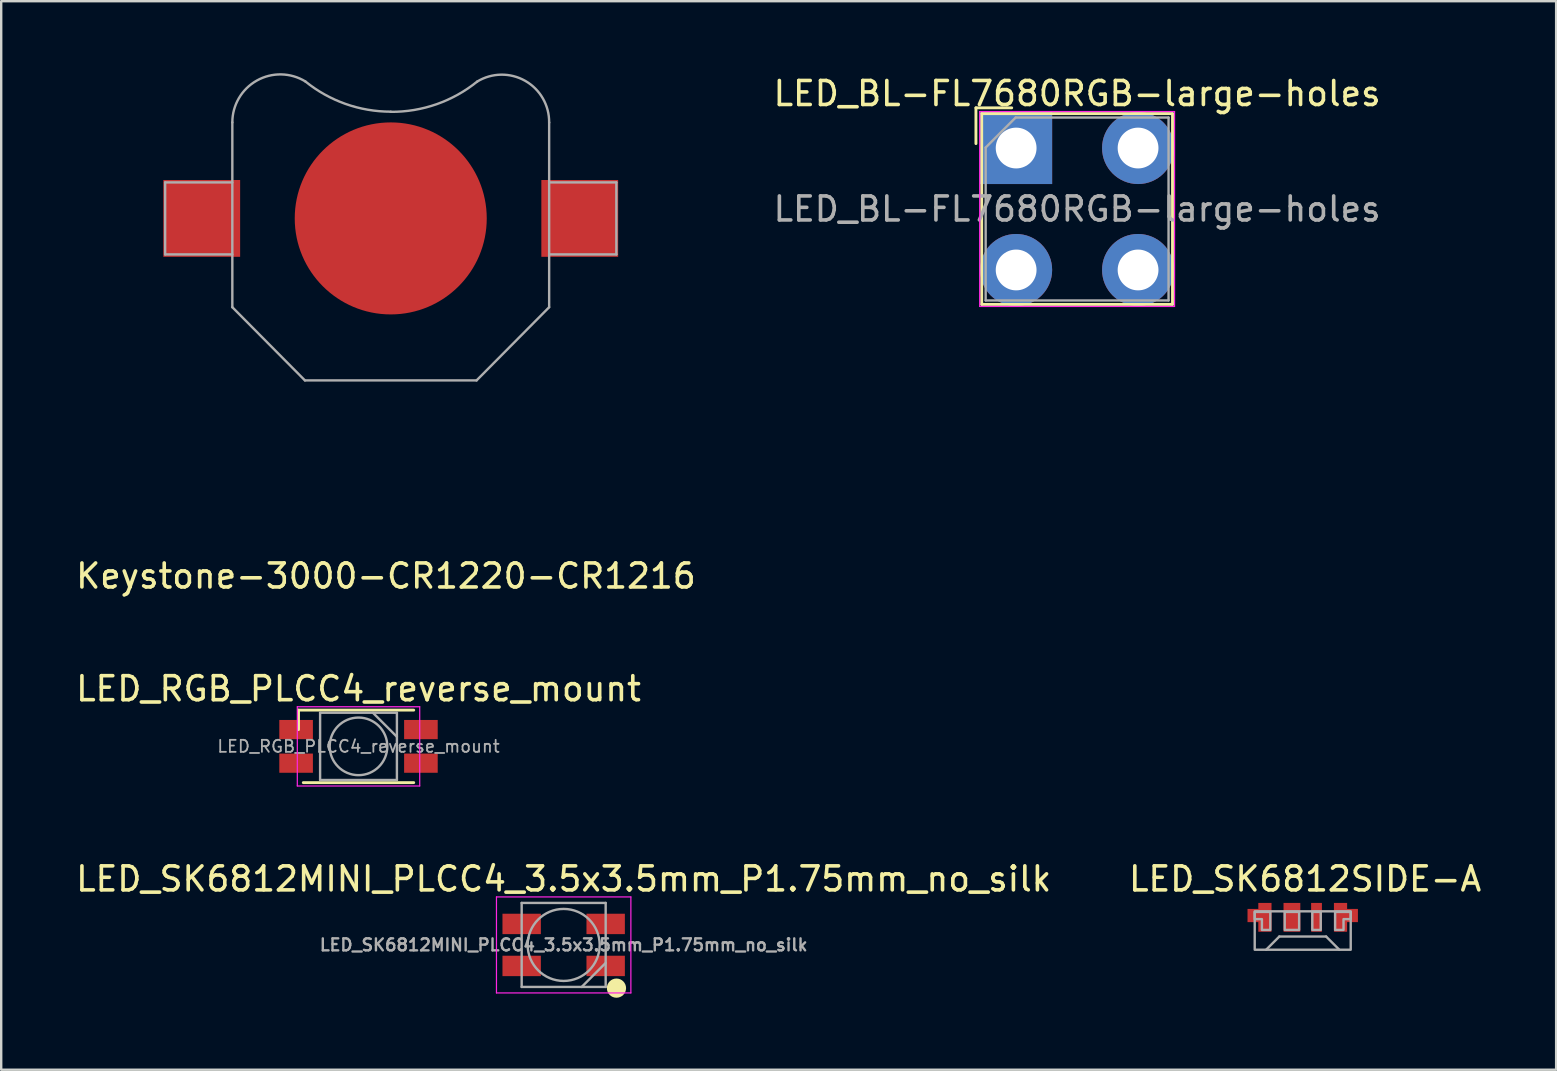
<source format=kicad_pcb>
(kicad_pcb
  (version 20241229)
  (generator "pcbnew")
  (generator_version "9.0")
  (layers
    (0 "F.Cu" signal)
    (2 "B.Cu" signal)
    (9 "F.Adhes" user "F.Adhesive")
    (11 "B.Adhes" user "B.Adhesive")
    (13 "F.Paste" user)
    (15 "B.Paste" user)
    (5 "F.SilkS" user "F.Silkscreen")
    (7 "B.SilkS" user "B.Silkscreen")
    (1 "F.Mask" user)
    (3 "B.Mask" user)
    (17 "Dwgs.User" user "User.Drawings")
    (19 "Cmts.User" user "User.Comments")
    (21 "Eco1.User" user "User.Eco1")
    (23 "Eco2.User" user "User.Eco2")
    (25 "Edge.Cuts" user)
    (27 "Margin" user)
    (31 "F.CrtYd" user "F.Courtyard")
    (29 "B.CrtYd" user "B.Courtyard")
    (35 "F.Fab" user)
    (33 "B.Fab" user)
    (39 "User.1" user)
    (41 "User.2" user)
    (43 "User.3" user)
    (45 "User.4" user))
  (footprint "Keystone-3000-CR1220-CR1216"
    (layer "F.Cu")
    (at 13.23 6.05)
    (property "Reference" "Keystone-3000-CR1220-CR1216" (at -0.2 14.9 0) (unlocked yes) (layer "F.SilkS") (effects (font (size 1 1) (thickness 0.15))))
    (fp_line (start -9.4 -1.5) (end -9.4 1.5) (stroke (width 0.1) (type solid)) (layer "F.Fab"))
    (fp_line (start -9.4 1.5) (end -6.6 1.5) (stroke (width 0.1) (type solid)) (layer "F.Fab"))
    (fp_line (start -6.6 -4) (end -6.6 3.7) (stroke (width 0.1) (type solid)) (layer "F.Fab"))
    (fp_line (start -6.6 -1.5) (end -9.4 -1.5) (stroke (width 0.1) (type solid)) (layer "F.Fab"))
    (fp_line (start -3.575 6.75) (end -6.6 3.7) (stroke (width 0.1) (type solid)) (layer "F.Fab"))
    (fp_line (start -3.575 6.75) (end 3.575 6.75) (stroke (width 0.1) (type solid)) (layer "F.Fab"))
    (fp_line (start 6.6 -4) (end 6.6 3.7) (stroke (width 0.1) (type solid)) (layer "F.Fab"))
    (fp_line (start 6.6 1.5) (end 9.4 1.5) (stroke (width 0.1) (type solid)) (layer "F.Fab"))
    (fp_line (start 6.6 3.7) (end 3.575 6.75) (stroke (width 0.1) (type solid)) (layer "F.Fab"))
    (fp_line (start 9.4 -1.5) (end 6.6 -1.5) (stroke (width 0.1) (type solid)) (layer "F.Fab"))
    (fp_line (start 9.4 1.5) (end 9.4 -1.5) (stroke (width 0.1) (type solid)) (layer "F.Fab"))
    (fp_arc (start -6.6 -4) (mid -5.578315 -5.744391) (end -3.5571 -5.706564) (stroke (width 0.1) (type solid)) (layer "F.Fab"))
    (fp_arc (start 0 -4.447103) (mid -1.886743 -4.771262) (end -3.5571 -5.706564) (stroke (width 0.1) (type solid)) (layer "F.Fab"))
    (fp_arc (start 3.6 -5.700004) (mid 5.603124 -5.731169) (end 6.6 -3.993436) (stroke (width 0.1) (type solid)) (layer "F.Fab"))
    (fp_arc (start 3.6 -5.7) (mid 1.90934 -4.757739) (end 0.000001 -4.440541) (stroke (width 0.1) (type solid)) (layer "F.Fab"))
    (pad "1" smd rect (at -7.875 0) (size 3.2 3.2) (layers "F.Cu" "F.Mask" "F.Paste"))
    (pad "1" smd rect (at 7.875 0) (size 3.2 3.2) (layers "F.Cu" "F.Mask" "F.Paste"))
    (pad "2" smd circle (at 0 0) (size 8 8) (layers "F.Cu" "F.Mask")))
  (footprint "LED_RGB_PLCC4_reverse_mount"
    (layer "F.Cu")
    (at 11.887 28.047)
    (property "Reference" "LED_RGB_PLCC4_reverse_mount" (at 0 -2.4 0) (layer "F.SilkS") (effects (font (size 1 1) (thickness 0.15))))
    (attr smd)
    (fp_line (start -2.5 -1.51) (end 2.3 -1.51) (stroke (width 0.12) (type solid)) (layer "F.SilkS"))
    (fp_line (start -2.5 -0.7) (end -2.5 -1.51) (stroke (width 0.12) (type solid)) (layer "F.SilkS"))
    (fp_line (start -2.3 1.51) (end 2.3 1.51) (stroke (width 0.12) (type solid)) (layer "F.SilkS"))
    (fp_line (start -2.55 -1.65) (end -2.55 1.65) (stroke (width 0.05) (type solid)) (layer "F.CrtYd"))
    (fp_line (start -2.55 1.65) (end 2.55 1.65) (stroke (width 0.05) (type solid)) (layer "F.CrtYd"))
    (fp_line (start 2.55 -1.65) (end -2.55 -1.65) (stroke (width 0.05) (type solid)) (layer "F.CrtYd"))
    (fp_line (start 2.55 1.65) (end 2.55 -1.65) (stroke (width 0.05) (type solid)) (layer "F.CrtYd"))
    (fp_line (start -1.6 -1.4) (end -1.6 1.4) (stroke (width 0.1) (type solid)) (layer "F.Fab"))
    (fp_line (start -1.6 1.4) (end 1.6 1.4) (stroke (width 0.1) (type solid)) (layer "F.Fab"))
    (fp_line (start 1.6 -1.4) (end -1.6 -1.4) (stroke (width 0.1) (type solid)) (layer "F.Fab"))
    (fp_line (start 1.6 -0.4) (end 0.6 -1.4) (stroke (width 0.1) (type solid)) (layer "F.Fab"))
    (fp_line (start 1.6 1.4) (end 1.6 -1.4) (stroke (width 0.1) (type solid)) (layer "F.Fab"))
    (fp_circle (center 0 0) (end 1.2 0) (stroke (width 0.1) (type solid)) (fill no) (layer "F.Fab"))
    (fp_text user "${REFERENCE}" (at 0 0 0) (layer "F.Fab") (effects (font (size 0.5 0.5) (thickness 0.075))))
    (pad "1" smd rect (at 2.6 -0.7) (size 1.4 0.8) (layers "F.Cu" "F.Mask" "F.Paste"))
    (pad "2" smd rect (at -2.6 -0.7) (size 1.4 0.8) (layers "F.Cu" "F.Mask" "F.Paste"))
    (pad "3" smd rect (at -2.6 0.7) (size 1.4 0.8) (layers "F.Cu" "F.Mask" "F.Paste"))
    (pad "4" smd rect (at 2.6 0.7) (size 1.4 0.8) (layers "F.Cu" "F.Mask" "F.Paste")))
  (footprint "LED_SK6812SIDE-A"
    (layer "F.Cu")
    (at 51.227 35.72)
    (property "Reference" "LED_SK6812SIDE-A" (at 0.1 -2.15 0) (unlocked yes) (layer "F.SilkS") (effects (font (size 1 1) (thickness 0.15))))
    (attr smd)
    (fp_line (start -1.525 0.8) (end -0.975 0.25) (stroke (width 0.1) (type solid)) (layer "F.Fab"))
    (fp_line (start 0.975 0.25) (end -0.975 0.25) (stroke (width 0.1) (type solid)) (layer "F.Fab"))
    (fp_line (start 1.525 0.8) (end 0.975 0.25) (stroke (width 0.1) (type solid)) (layer "F.Fab"))
    (fp_rect (start -2 -0.8) (end 2 0.8) (stroke (width 0.1) (type default)) (fill no) (layer "F.Fab"))
    (fp_poly (pts (xy -0.15 -0.025) (xy -0.15 -0.775) (xy -0.75 -0.775) (xy -0.75 -0.025)) (stroke (width 0.1) (type solid)) (fill no) (layer "F.Fab"))
    (fp_poly (pts (xy 0.75 -0.025) (xy 0.75 -0.775) (xy 0.4 -0.775) (xy 0.4 -0.025)) (stroke (width 0.1) (type solid)) (fill no) (layer "F.Fab"))
    (fp_poly (pts (xy -1.7 -0.475) (xy -2 -0.475) (xy -2 -0.775) (xy -1.35 -0.775) (xy -1.35 -0.025) (xy -1.7 -0.025)) (stroke (width 0.1) (type solid)) (fill no) (layer "F.Fab"))
    (fp_poly (pts (xy 1.7 -0.475) (xy 2 -0.475) (xy 2 -0.775) (xy 1.35 -0.775) (xy 1.35 -0.025) (xy 1.7 -0.025)) (stroke (width 0.1) (type solid)) (fill no) (layer "F.Fab"))
    (pad "1" smd custom (at -1.575 -0.55) (size 0.55 1.2) (layers "F.Cu" "F.Mask" "F.Paste") (options (anchor rect)) (primitives (gr_poly (pts (xy -0.725 -0.35) (xy -0.225 -0.35) (xy -0.225 0.2) (xy -0.725 0.2)) (width 0) (fill yes))))
    (pad "2" smd rect (at -0.45 -0.55) (size 0.7 1.2) (layers "F.Cu" "F.Mask" "F.Paste"))
    (pad "3" smd rect (at 0.575 -0.55) (size 0.45 1.2) (layers "F.Cu" "F.Mask" "F.Paste"))
    (pad "4" smd custom (at 1.575 -0.55) (size 0.55 1.2) (layers "F.Cu" "F.Mask" "F.Paste") (options (anchor rect)) (primitives (gr_poly (pts (xy 0.725 -0.35) (xy 0.225 -0.35) (xy 0.225 0.2) (xy 0.725 0.2)) (width 0) (fill yes)))))
  (footprint "LED_SK6812MINI_PLCC4_3.5x3.5mm_P1.75mm_no_silk"
    (layer "F.Cu")
    (at 20.435 36.32)
    (property "Reference" "LED_SK6812MINI_PLCC4_3.5x3.5mm_P1.75mm_no_silk" (at 0 -2.75 0) (layer "F.SilkS") (effects (font (size 1 1) (thickness 0.15))))
    (attr smd)
    (fp_circle (center 2.2 1.8) (end 2.4 1.8) (stroke (width 0.4) (type solid)) (fill no) (layer "F.SilkS"))
    (fp_line (start -2.8 -2) (end -2.8 2) (stroke (width 0.05) (type solid)) (layer "F.CrtYd"))
    (fp_line (start -2.8 2) (end 2.8 2) (stroke (width 0.05) (type solid)) (layer "F.CrtYd"))
    (fp_line (start 2.8 -2) (end -2.8 -2) (stroke (width 0.05) (type solid)) (layer "F.CrtYd"))
    (fp_line (start 2.8 2) (end 2.8 -2) (stroke (width 0.05) (type solid)) (layer "F.CrtYd"))
    (fp_line (start -1.75 -1.75) (end -1.75 1.75) (stroke (width 0.1) (type solid)) (layer "F.Fab"))
    (fp_line (start -1.75 1.75) (end 1.75 1.75) (stroke (width 0.1) (type solid)) (layer "F.Fab"))
    (fp_line (start 1.75 -1.75) (end -1.75 -1.75) (stroke (width 0.1) (type solid)) (layer "F.Fab"))
    (fp_line (start 1.75 0.75) (end 0.75 1.75) (stroke (width 0.1) (type solid)) (layer "F.Fab"))
    (fp_line (start 1.75 1.75) (end 1.75 -1.75) (stroke (width 0.1) (type solid)) (layer "F.Fab"))
    (fp_circle (center 0 0) (end 0 -1.5) (stroke (width 0.1) (type solid)) (fill no) (layer "F.Fab"))
    (fp_text user "${REFERENCE}" (at 0 0 0) (layer "F.Fab") (effects (font (size 0.5 0.5) (thickness 0.1))))
    (pad "1" smd rect (at -1.75 -0.875) (size 1.6 0.85) (layers "F.Cu" "F.Mask" "F.Paste"))
    (pad "2" smd rect (at -1.75 0.875) (size 1.6 0.85) (layers "F.Cu" "F.Mask" "F.Paste"))
    (pad "3" smd rect (at 1.75 0.875) (size 1.6 0.85) (layers "F.Cu" "F.Mask" "F.Paste"))
    (pad "4" smd rect (at 1.75 -0.875) (size 1.6 0.85) (layers "F.Cu" "F.Mask" "F.Paste")))
  (footprint "LED_BL-FL7680RGB-large-holes"
    (layer "F.Cu")
    (at 39.287 3.118)
    (property "Reference" "LED_BL-FL7680RGB-large-holes" (at 2.54 -2.27 0) (layer "F.SilkS") (effects (font (size 1 1) (thickness 0.15))))
    (attr through_hole)
    (fp_line (start -1.675 -1.675) (end -0.185 -1.675) (stroke (width 0.12) (type solid)) (layer "F.SilkS"))
    (fp_line (start -1.675 -0.185) (end -1.675 -1.675) (stroke (width 0.12) (type solid)) (layer "F.SilkS"))
    (fp_line (start -1.435 -1.435) (end -1.435 6.515) (stroke (width 0.12) (type solid)) (layer "F.SilkS"))
    (fp_line (start -1.435 6.515) (end 6.515 6.515) (stroke (width 0.12) (type solid)) (layer "F.SilkS"))
    (fp_line (start 6.515 -1.435) (end -1.435 -1.435) (stroke (width 0.12) (type solid)) (layer "F.SilkS"))
    (fp_line (start 6.515 6.515) (end 6.515 -1.435) (stroke (width 0.12) (type solid)) (layer "F.SilkS"))
    (fp_line (start -1.52 -1.52) (end -1.52 6.6) (stroke (width 0.05) (type solid)) (layer "F.CrtYd"))
    (fp_line (start -1.52 6.6) (end 6.6 6.6) (stroke (width 0.05) (type solid)) (layer "F.CrtYd"))
    (fp_line (start 6.6 -1.52) (end -1.52 -1.52) (stroke (width 0.05) (type solid)) (layer "F.CrtYd"))
    (fp_line (start 6.6 6.6) (end 6.6 -1.52) (stroke (width 0.05) (type solid)) (layer "F.CrtYd"))
    (fp_line (start -1.27 -0.02) (end -0.02 -1.27) (stroke (width 0.1) (type solid)) (layer "F.Fab"))
    (fp_line (start -1.27 6.35) (end -1.27 -0.02) (stroke (width 0.1) (type solid)) (layer "F.Fab"))
    (fp_line (start -0.02 -1.27) (end 6.35 -1.27) (stroke (width 0.1) (type solid)) (layer "F.Fab"))
    (fp_line (start 6.35 -1.27) (end 6.35 6.35) (stroke (width 0.1) (type solid)) (layer "F.Fab"))
    (fp_line (start 6.35 6.35) (end -1.27 6.35) (stroke (width 0.1) (type solid)) (layer "F.Fab"))
    (fp_text user "${REFERENCE}" (at 2.54 2.54 0) (layer "F.Fab") (effects (font (size 1 1) (thickness 0.15))))
    (pad "1" thru_hole rect (at 0 0) (size 3 3) (drill 1.7) (layers "*.Cu" "*.Mask"))
    (pad "2" thru_hole circle (at 0 5.08) (size 3 3) (drill 1.7) (layers "*.Cu" "*.Mask"))
    (pad "3" thru_hole circle (at 5.08 5.08) (size 3 3) (drill 1.7) (layers "*.Cu" "*.Mask"))
    (pad "4" thru_hole circle (at 5.08 0) (size 3 3) (drill 1.7) (layers "*.Cu" "*.Mask")))
  (gr_rect
    (start -3 -3)
    (end 61.786 41.52)
    (stroke (width 0.1) (type default))
    (fill no)
    (layer "Edge.Cuts")))
</source>
